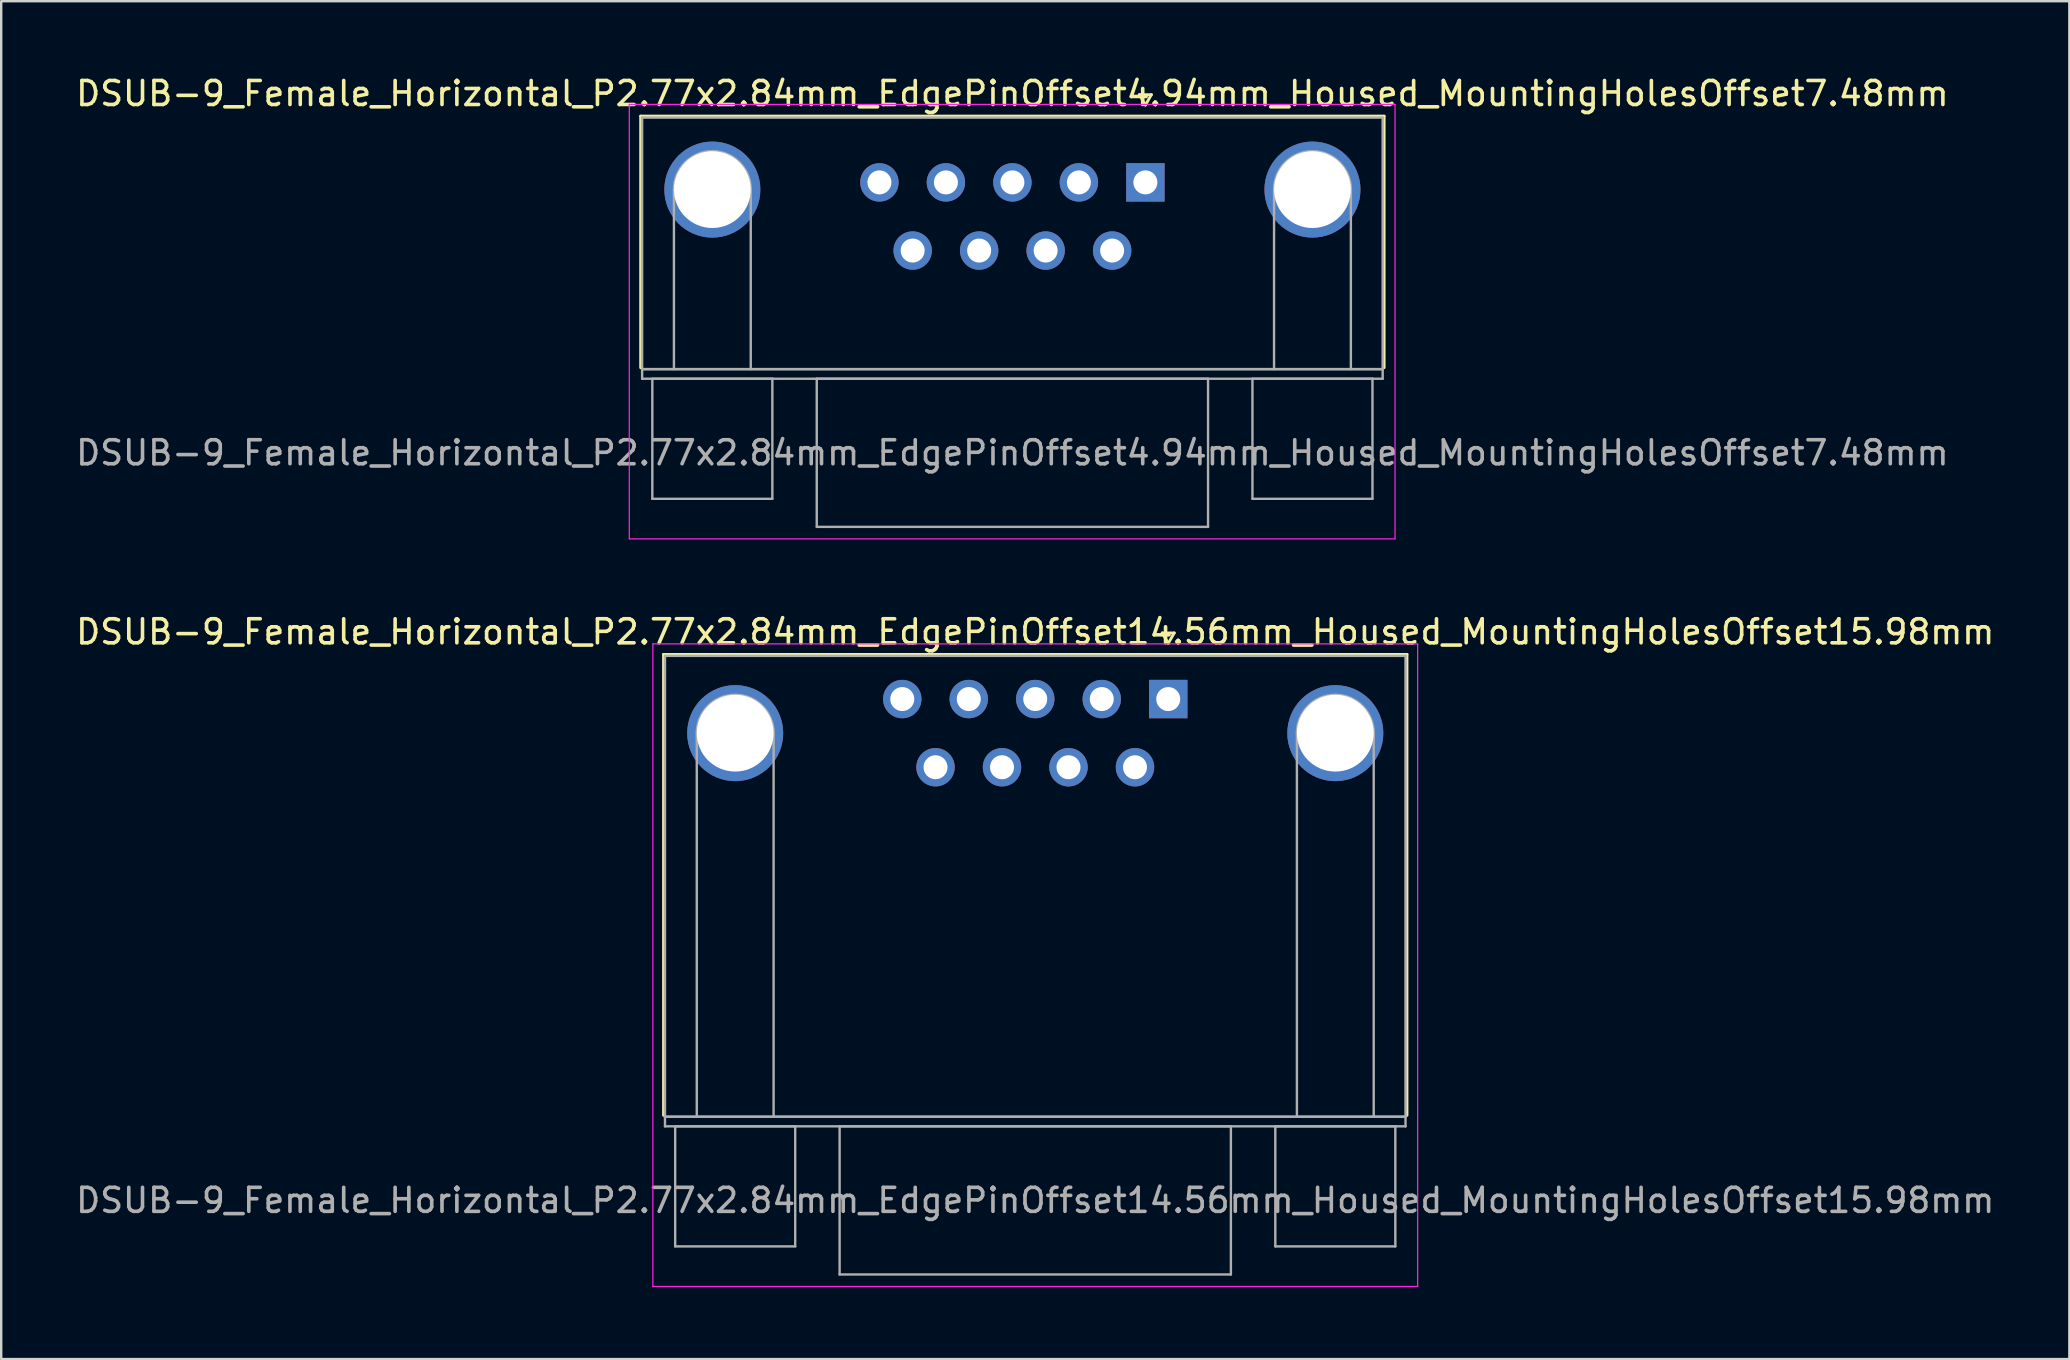
<source format=kicad_pcb>
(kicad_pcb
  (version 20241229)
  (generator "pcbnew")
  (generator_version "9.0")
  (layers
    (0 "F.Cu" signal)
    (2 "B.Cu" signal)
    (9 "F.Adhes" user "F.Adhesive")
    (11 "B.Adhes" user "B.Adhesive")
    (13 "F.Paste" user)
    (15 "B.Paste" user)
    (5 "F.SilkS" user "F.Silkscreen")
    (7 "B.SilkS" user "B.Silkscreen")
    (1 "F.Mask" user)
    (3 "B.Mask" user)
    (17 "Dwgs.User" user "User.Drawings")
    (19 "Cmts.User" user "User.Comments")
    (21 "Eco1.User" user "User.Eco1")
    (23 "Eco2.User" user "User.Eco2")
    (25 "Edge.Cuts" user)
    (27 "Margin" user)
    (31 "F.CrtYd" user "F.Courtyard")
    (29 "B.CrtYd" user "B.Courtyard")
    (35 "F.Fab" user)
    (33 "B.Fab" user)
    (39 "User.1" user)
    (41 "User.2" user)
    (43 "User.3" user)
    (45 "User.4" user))
  (footprint "DSUB-9_Female_Horizontal_P2.77x2.84mm_EdgePinOffset14.56mm_Housed_MountingHolesOffset15.98mm"
    (layer "F.Cu")
    (at 45.617 26.072)
    (property "Reference" "DSUB-9_Female_Horizontal_P2.77x2.84mm_EdgePinOffset14.56mm_Housed_MountingHolesOffset15.98mm" (at -5.54 -2.8 0) (layer "F.SilkS") (effects (font (size 1 1) (thickness 0.15))))
    (attr through_hole)
    (fp_line (start -21.025 -1.86) (end 9.945 -1.86) (stroke (width 0.12) (type solid)) (layer "F.SilkS"))
    (fp_line (start -21.025 17.34) (end -21.025 -1.86) (stroke (width 0.12) (type solid)) (layer "F.SilkS"))
    (fp_line (start -0.25 -2.754) (end 0.25 -2.754) (stroke (width 0.12) (type solid)) (layer "F.SilkS"))
    (fp_line (start 0 -2.321) (end -0.25 -2.754) (stroke (width 0.12) (type solid)) (layer "F.SilkS"))
    (fp_line (start 0.25 -2.754) (end 0 -2.321) (stroke (width 0.12) (type solid)) (layer "F.SilkS"))
    (fp_line (start 9.945 -1.86) (end 9.945 17.34) (stroke (width 0.12) (type solid)) (layer "F.SilkS"))
    (fp_line (start -21.47 -2.3) (end -21.47 24.47) (stroke (width 0.05) (type solid)) (layer "F.CrtYd"))
    (fp_line (start -21.47 24.47) (end 10.39 24.47) (stroke (width 0.05) (type solid)) (layer "F.CrtYd"))
    (fp_line (start 10.39 -2.3) (end -21.47 -2.3) (stroke (width 0.05) (type solid)) (layer "F.CrtYd"))
    (fp_line (start 10.39 24.47) (end 10.39 -2.3) (stroke (width 0.05) (type solid)) (layer "F.CrtYd"))
    (fp_line (start -20.965 -1.8) (end -20.965 17.4) (stroke (width 0.1) (type solid)) (layer "F.Fab"))
    (fp_line (start -20.965 17.4) (end -20.965 17.8) (stroke (width 0.1) (type solid)) (layer "F.Fab"))
    (fp_line (start -20.965 17.4) (end 9.885 17.4) (stroke (width 0.1) (type solid)) (layer "F.Fab"))
    (fp_line (start -20.965 17.8) (end 9.885 17.8) (stroke (width 0.1) (type solid)) (layer "F.Fab"))
    (fp_line (start -20.54 17.8) (end -20.54 22.8) (stroke (width 0.1) (type solid)) (layer "F.Fab"))
    (fp_line (start -20.54 22.8) (end -15.54 22.8) (stroke (width 0.1) (type solid)) (layer "F.Fab"))
    (fp_line (start -19.64 17.4) (end -19.64 1.42) (stroke (width 0.1) (type solid)) (layer "F.Fab"))
    (fp_line (start -16.44 17.4) (end -16.44 1.42) (stroke (width 0.1) (type solid)) (layer "F.Fab"))
    (fp_line (start -15.54 17.8) (end -20.54 17.8) (stroke (width 0.1) (type solid)) (layer "F.Fab"))
    (fp_line (start -15.54 22.8) (end -15.54 17.8) (stroke (width 0.1) (type solid)) (layer "F.Fab"))
    (fp_line (start -13.69 17.8) (end -13.69 23.97) (stroke (width 0.1) (type solid)) (layer "F.Fab"))
    (fp_line (start -13.69 23.97) (end 2.61 23.97) (stroke (width 0.1) (type solid)) (layer "F.Fab"))
    (fp_line (start 2.61 17.8) (end -13.69 17.8) (stroke (width 0.1) (type solid)) (layer "F.Fab"))
    (fp_line (start 2.61 23.97) (end 2.61 17.8) (stroke (width 0.1) (type solid)) (layer "F.Fab"))
    (fp_line (start 4.46 17.8) (end 4.46 22.8) (stroke (width 0.1) (type solid)) (layer "F.Fab"))
    (fp_line (start 4.46 22.8) (end 9.46 22.8) (stroke (width 0.1) (type solid)) (layer "F.Fab"))
    (fp_line (start 5.36 17.4) (end 5.36 1.42) (stroke (width 0.1) (type solid)) (layer "F.Fab"))
    (fp_line (start 8.56 17.4) (end 8.56 1.42) (stroke (width 0.1) (type solid)) (layer "F.Fab"))
    (fp_line (start 9.46 17.8) (end 4.46 17.8) (stroke (width 0.1) (type solid)) (layer "F.Fab"))
    (fp_line (start 9.46 22.8) (end 9.46 17.8) (stroke (width 0.1) (type solid)) (layer "F.Fab"))
    (fp_line (start 9.885 -1.8) (end -20.965 -1.8) (stroke (width 0.1) (type solid)) (layer "F.Fab"))
    (fp_line (start 9.885 17.4) (end -20.965 17.4) (stroke (width 0.1) (type solid)) (layer "F.Fab"))
    (fp_line (start 9.885 17.4) (end 9.885 -1.8) (stroke (width 0.1) (type solid)) (layer "F.Fab"))
    (fp_line (start 9.885 17.8) (end 9.885 17.4) (stroke (width 0.1) (type solid)) (layer "F.Fab"))
    (fp_arc (start -19.64 1.42) (mid -18.04 -0.18) (end -16.44 1.42) (stroke (width 0.1) (type solid)) (layer "F.Fab"))
    (fp_arc (start 5.36 1.42) (mid 6.96 -0.18) (end 8.56 1.42) (stroke (width 0.1) (type solid)) (layer "F.Fab"))
    (fp_text user "${REFERENCE}" (at -5.54 20.885 0) (layer "F.Fab") (effects (font (size 1 1) (thickness 0.15))))
    (pad "0" thru_hole circle (at -18.04 1.42) (size 4 4) (drill 3.2) (layers "*.Cu" "*.Mask"))
    (pad "0" thru_hole circle (at 6.96 1.42) (size 4 4) (drill 3.2) (layers "*.Cu" "*.Mask"))
    (pad "1" thru_hole rect (at 0 0) (size 1.6 1.6) (drill 1) (layers "*.Cu" "*.Mask"))
    (pad "2" thru_hole circle (at -2.77 0) (size 1.6 1.6) (drill 1) (layers "*.Cu" "*.Mask"))
    (pad "3" thru_hole circle (at -5.54 0) (size 1.6 1.6) (drill 1) (layers "*.Cu" "*.Mask"))
    (pad "4" thru_hole circle (at -8.31 0) (size 1.6 1.6) (drill 1) (layers "*.Cu" "*.Mask"))
    (pad "5" thru_hole circle (at -11.08 0) (size 1.6 1.6) (drill 1) (layers "*.Cu" "*.Mask"))
    (pad "6" thru_hole circle (at -1.385 2.84) (size 1.6 1.6) (drill 1) (layers "*.Cu" "*.Mask"))
    (pad "7" thru_hole circle (at -4.155 2.84) (size 1.6 1.6) (drill 1) (layers "*.Cu" "*.Mask"))
    (pad "8" thru_hole circle (at -6.925 2.84) (size 1.6 1.6) (drill 1) (layers "*.Cu" "*.Mask"))
    (pad "9" thru_hole circle (at -9.695 2.84) (size 1.6 1.6) (drill 1) (layers "*.Cu" "*.Mask")))
  (footprint "DSUB-9_Female_Horizontal_P2.77x2.84mm_EdgePinOffset4.94mm_Housed_MountingHolesOffset7.48mm"
    (layer "F.Cu")
    (at 44.665 4.548)
    (property "Reference" "DSUB-9_Female_Horizontal_P2.77x2.84mm_EdgePinOffset4.94mm_Housed_MountingHolesOffset7.48mm" (at -5.54 -3.7 0) (layer "F.SilkS") (effects (font (size 1 1) (thickness 0.15))))
    (attr through_hole)
    (fp_line (start -21.025 -2.76) (end 9.945 -2.76) (stroke (width 0.12) (type solid)) (layer "F.SilkS"))
    (fp_line (start -21.025 7.72) (end -21.025 -2.76) (stroke (width 0.12) (type solid)) (layer "F.SilkS"))
    (fp_line (start -0.25 -3.654) (end 0.25 -3.654) (stroke (width 0.12) (type solid)) (layer "F.SilkS"))
    (fp_line (start 0 -3.221) (end -0.25 -3.654) (stroke (width 0.12) (type solid)) (layer "F.SilkS"))
    (fp_line (start 0.25 -3.654) (end 0 -3.221) (stroke (width 0.12) (type solid)) (layer "F.SilkS"))
    (fp_line (start 9.945 -2.76) (end 9.945 7.72) (stroke (width 0.12) (type solid)) (layer "F.SilkS"))
    (fp_line (start -21.5 -3.25) (end -21.5 14.85) (stroke (width 0.05) (type solid)) (layer "F.CrtYd"))
    (fp_line (start -21.5 14.85) (end 10.4 14.85) (stroke (width 0.05) (type solid)) (layer "F.CrtYd"))
    (fp_line (start 10.4 -3.25) (end -21.5 -3.25) (stroke (width 0.05) (type solid)) (layer "F.CrtYd"))
    (fp_line (start 10.4 14.85) (end 10.4 -3.25) (stroke (width 0.05) (type solid)) (layer "F.CrtYd"))
    (fp_line (start -20.965 -2.7) (end -20.965 7.78) (stroke (width 0.1) (type solid)) (layer "F.Fab"))
    (fp_line (start -20.965 7.78) (end -20.965 8.18) (stroke (width 0.1) (type solid)) (layer "F.Fab"))
    (fp_line (start -20.965 7.78) (end 9.885 7.78) (stroke (width 0.1) (type solid)) (layer "F.Fab"))
    (fp_line (start -20.965 8.18) (end 9.885 8.18) (stroke (width 0.1) (type solid)) (layer "F.Fab"))
    (fp_line (start -20.54 8.18) (end -20.54 13.18) (stroke (width 0.1) (type solid)) (layer "F.Fab"))
    (fp_line (start -20.54 13.18) (end -15.54 13.18) (stroke (width 0.1) (type solid)) (layer "F.Fab"))
    (fp_line (start -19.64 7.78) (end -19.64 0.3) (stroke (width 0.1) (type solid)) (layer "F.Fab"))
    (fp_line (start -16.44 7.78) (end -16.44 0.3) (stroke (width 0.1) (type solid)) (layer "F.Fab"))
    (fp_line (start -15.54 8.18) (end -20.54 8.18) (stroke (width 0.1) (type solid)) (layer "F.Fab"))
    (fp_line (start -15.54 13.18) (end -15.54 8.18) (stroke (width 0.1) (type solid)) (layer "F.Fab"))
    (fp_line (start -13.69 8.18) (end -13.69 14.35) (stroke (width 0.1) (type solid)) (layer "F.Fab"))
    (fp_line (start -13.69 14.35) (end 2.61 14.35) (stroke (width 0.1) (type solid)) (layer "F.Fab"))
    (fp_line (start 2.61 8.18) (end -13.69 8.18) (stroke (width 0.1) (type solid)) (layer "F.Fab"))
    (fp_line (start 2.61 14.35) (end 2.61 8.18) (stroke (width 0.1) (type solid)) (layer "F.Fab"))
    (fp_line (start 4.46 8.18) (end 4.46 13.18) (stroke (width 0.1) (type solid)) (layer "F.Fab"))
    (fp_line (start 4.46 13.18) (end 9.46 13.18) (stroke (width 0.1) (type solid)) (layer "F.Fab"))
    (fp_line (start 5.36 7.78) (end 5.36 0.3) (stroke (width 0.1) (type solid)) (layer "F.Fab"))
    (fp_line (start 8.56 7.78) (end 8.56 0.3) (stroke (width 0.1) (type solid)) (layer "F.Fab"))
    (fp_line (start 9.46 8.18) (end 4.46 8.18) (stroke (width 0.1) (type solid)) (layer "F.Fab"))
    (fp_line (start 9.46 13.18) (end 9.46 8.18) (stroke (width 0.1) (type solid)) (layer "F.Fab"))
    (fp_line (start 9.885 -2.7) (end -20.965 -2.7) (stroke (width 0.1) (type solid)) (layer "F.Fab"))
    (fp_line (start 9.885 7.78) (end -20.965 7.78) (stroke (width 0.1) (type solid)) (layer "F.Fab"))
    (fp_line (start 9.885 7.78) (end 9.885 -2.7) (stroke (width 0.1) (type solid)) (layer "F.Fab"))
    (fp_line (start 9.885 8.18) (end 9.885 7.78) (stroke (width 0.1) (type solid)) (layer "F.Fab"))
    (fp_arc (start -19.64 0.3) (mid -18.04 -1.3) (end -16.44 0.3) (stroke (width 0.1) (type solid)) (layer "F.Fab"))
    (fp_arc (start 5.36 0.3) (mid 6.96 -1.3) (end 8.56 0.3) (stroke (width 0.1) (type solid)) (layer "F.Fab"))
    (fp_text user "${REFERENCE}" (at -5.54 11.265 0) (layer "F.Fab") (effects (font (size 1 1) (thickness 0.15))))
    (pad "0" thru_hole circle (at -18.04 0.3) (size 4 4) (drill 3.2) (layers "*.Cu" "*.Mask"))
    (pad "0" thru_hole circle (at 6.96 0.3) (size 4 4) (drill 3.2) (layers "*.Cu" "*.Mask"))
    (pad "1" thru_hole rect (at 0 0) (size 1.6 1.6) (drill 1) (layers "*.Cu" "*.Mask"))
    (pad "2" thru_hole circle (at -2.77 0) (size 1.6 1.6) (drill 1) (layers "*.Cu" "*.Mask"))
    (pad "3" thru_hole circle (at -5.54 0) (size 1.6 1.6) (drill 1) (layers "*.Cu" "*.Mask"))
    (pad "4" thru_hole circle (at -8.31 0) (size 1.6 1.6) (drill 1) (layers "*.Cu" "*.Mask"))
    (pad "5" thru_hole circle (at -11.08 0) (size 1.6 1.6) (drill 1) (layers "*.Cu" "*.Mask"))
    (pad "6" thru_hole circle (at -1.385 2.84) (size 1.6 1.6) (drill 1) (layers "*.Cu" "*.Mask"))
    (pad "7" thru_hole circle (at -4.155 2.84) (size 1.6 1.6) (drill 1) (layers "*.Cu" "*.Mask"))
    (pad "8" thru_hole circle (at -6.925 2.84) (size 1.6 1.6) (drill 1) (layers "*.Cu" "*.Mask"))
    (pad "9" thru_hole circle (at -9.695 2.84) (size 1.6 1.6) (drill 1) (layers "*.Cu" "*.Mask")))
  (gr_rect
    (start -3 -3)
    (end 83.155 53.566)
    (stroke (width 0.1) (type default))
    (fill no)
    (layer "Edge.Cuts")))
</source>
